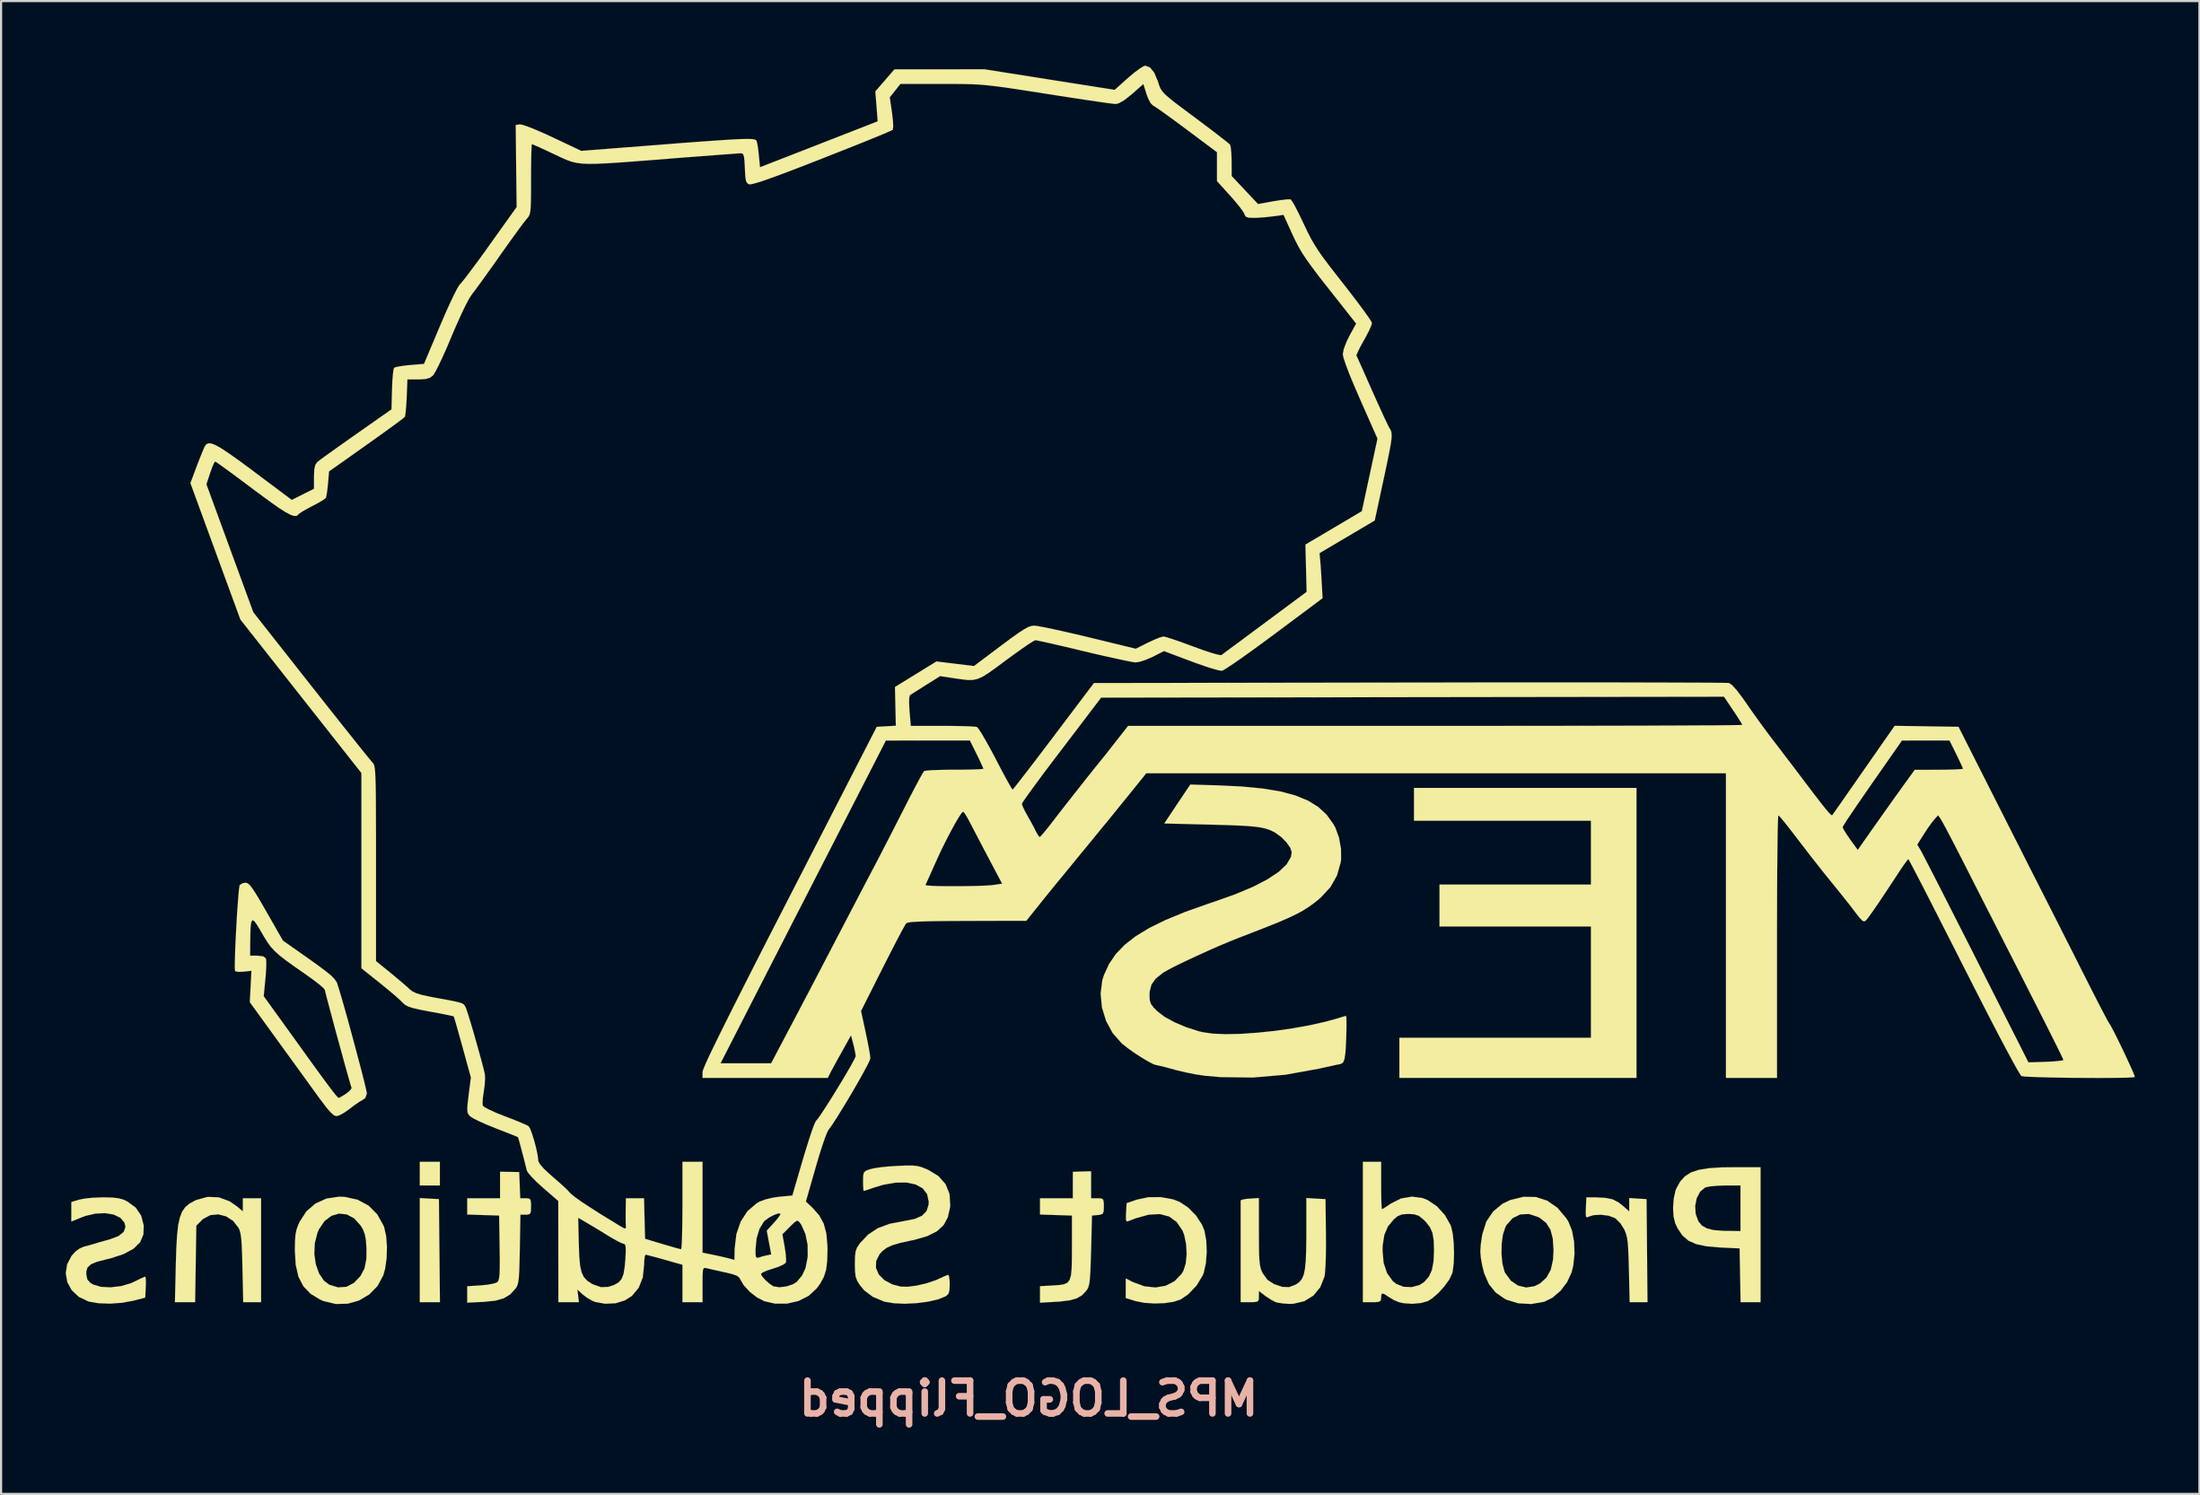
<source format=kicad_pcb>
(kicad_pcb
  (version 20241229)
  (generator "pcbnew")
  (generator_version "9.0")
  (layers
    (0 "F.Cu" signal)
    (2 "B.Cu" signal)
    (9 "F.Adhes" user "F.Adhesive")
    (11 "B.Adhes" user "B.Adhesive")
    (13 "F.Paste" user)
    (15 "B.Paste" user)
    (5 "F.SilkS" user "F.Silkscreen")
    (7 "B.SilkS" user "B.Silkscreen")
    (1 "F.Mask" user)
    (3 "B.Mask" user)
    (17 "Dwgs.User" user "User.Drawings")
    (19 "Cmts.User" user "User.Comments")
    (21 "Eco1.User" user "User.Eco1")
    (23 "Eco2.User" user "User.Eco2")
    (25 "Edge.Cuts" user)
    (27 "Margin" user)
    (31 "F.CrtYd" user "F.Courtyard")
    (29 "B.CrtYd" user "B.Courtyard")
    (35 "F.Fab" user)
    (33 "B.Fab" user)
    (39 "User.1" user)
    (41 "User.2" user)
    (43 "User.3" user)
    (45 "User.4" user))
  (footprint "MPS_LOGO_Flipped"
    (layer "F.Cu")
    (at 48.945 29.379)
    (property "Reference" "MPS_LOGO_Flipped" (at -4.25 32.5 0) (layer "B.SilkS") (effects (font (size 1.524 1.524) (thickness 0.305)) (justify mirror)))
    (attr through_hole)
    (fp_poly (pts (xy -31.58 22.606) (xy -32.512 22.606) (xy -32.512 21.506) (xy -31.58 21.506) (xy -31.58 22.606)) (stroke (width 0.003) (type solid)) (fill yes) (layer "F.SilkS"))
    (fp_poly (pts (xy -31.577 28.026) (xy -32.045 28.026) (xy -32.512 28.026) (xy -32.512 25.608) (xy -32.512 23.19) (xy -32.068 23.216) (xy -31.623 23.241) (xy -31.6 25.634) (xy -31.577 28.026)) (stroke (width 0.003) (type solid)) (fill yes) (layer "F.SilkS"))
    (fp_poly (pts (xy 23.96 17.612) (xy 12.954 17.612) (xy 12.954 15.748) (xy 21.844 15.748) (xy 21.844 10.584) (xy 14.816 10.584) (xy 14.816 8.636) (xy 21.844 8.636) (xy 21.844 5.674) (xy 13.632 5.674) (xy 13.632 4.15) (xy 23.96 4.15) (xy 23.96 17.612)) (stroke (width 0.003) (type solid)) (fill yes) (layer "F.SilkS"))
    (fp_poly (pts (xy 24.47 28.026) (xy 24.056 28.026) (xy 23.642 28.026) (xy 23.607 26.52) (xy 23.592 25.966) (xy 23.574 25.55) (xy 23.551 25.243) (xy 23.518 25.016) (xy 23.47 24.839) (xy 23.409 24.684) (xy 23.386 24.638) (xy 23.211 24.361) (xy 22.997 24.148) (xy 22.939 24.11) (xy 22.657 24.008) (xy 22.309 23.965) (xy 21.974 23.983) (xy 21.753 24.049) (xy 21.661 24.087) (xy 21.615 24.051) (xy 21.603 23.909) (xy 21.61 23.647) (xy 21.633 23.157) (xy 22.098 23.16) (xy 22.53 23.183) (xy 22.852 23.251) (xy 23.119 23.388) (xy 23.325 23.548) (xy 23.622 23.81) (xy 23.622 23.5) (xy 23.622 23.19) (xy 24.023 23.216) (xy 24.427 23.241) (xy 24.448 25.634) (xy 24.47 28.026)) (stroke (width 0.003) (type solid)) (fill yes) (layer "F.SilkS"))
    (fp_poly (pts (xy -39.878 28.026) (xy -40.292 28.026) (xy -40.706 28.026) (xy -40.742 26.439) (xy -40.757 25.85) (xy -40.775 25.405) (xy -40.797 25.08) (xy -40.831 24.846) (xy -40.874 24.681) (xy -40.922 24.575) (xy -41.173 24.252) (xy -41.501 24.039) (xy -41.867 23.947) (xy -42.233 23.983) (xy -42.56 24.155) (xy -42.626 24.214) (xy -42.883 24.473) (xy -42.911 26.248) (xy -42.939 28.026) (xy -43.409 28.026) (xy -43.876 28.026) (xy -43.835 26.269) (xy -43.812 25.522) (xy -43.777 24.922) (xy -43.726 24.453) (xy -43.647 24.092) (xy -43.541 23.818) (xy -43.396 23.612) (xy -43.208 23.452) (xy -42.969 23.32) (xy -42.883 23.279) (xy -42.362 23.137) (xy -41.841 23.157) (xy -41.341 23.34) (xy -41.001 23.574) (xy -40.724 23.807) (xy -40.724 23.503) (xy -40.724 23.2) (xy -40.302 23.2) (xy -39.878 23.2) (xy -39.878 25.613) (xy -39.878 28.026)) (stroke (width 0.003) (type solid)) (fill yes) (layer "F.SilkS"))
    (fp_poly (pts (xy -0.762 23.574) (xy -0.77 23.807) (xy -0.818 23.922) (xy -0.937 23.965) (xy -1.036 23.978) (xy -1.313 24.003) (xy -1.354 25.629) (xy -1.372 26.198) (xy -1.389 26.624) (xy -1.41 26.934) (xy -1.435 27.15) (xy -1.473 27.302) (xy -1.521 27.412) (xy -1.575 27.49) (xy -1.77 27.701) (xy -2.019 27.846) (xy -2.352 27.94) (xy -2.809 27.996) (xy -2.977 28.006) (xy -3.726 28.049) (xy -3.726 27.666) (xy -3.726 27.282) (xy -3.134 27.249) (xy -2.835 27.229) (xy -2.611 27.193) (xy -2.454 27.12) (xy -2.349 26.985) (xy -2.286 26.769) (xy -2.256 26.446) (xy -2.245 25.999) (xy -2.243 25.461) (xy -2.243 24.003) (xy -2.985 23.98) (xy -3.726 23.955) (xy -3.726 23.576) (xy -3.726 23.2) (xy -2.964 23.2) (xy -2.202 23.2) (xy -2.202 22.586) (xy -2.2 21.971) (xy -1.778 21.958) (xy -1.354 21.946) (xy -1.354 22.573) (xy -1.354 23.2) (xy -1.059 23.2) (xy -0.876 23.208) (xy -0.79 23.264) (xy -0.765 23.414) (xy -0.762 23.574)) (stroke (width 0.003) (type solid)) (fill yes) (layer "F.SilkS"))
    (fp_poly (pts (xy 29.718 28.026) (xy 29.253 28.026) (xy 28.791 28.026) (xy 28.786 27.747) (xy 28.786 24.724) (xy 28.786 23.665) (xy 28.786 22.606) (xy 28.07 22.606) (xy 27.711 22.619) (xy 27.396 22.647) (xy 27.178 22.69) (xy 27.142 22.703) (xy 26.911 22.896) (xy 26.754 23.195) (xy 26.683 23.556) (xy 26.706 23.929) (xy 26.83 24.267) (xy 26.835 24.275) (xy 26.995 24.468) (xy 27.219 24.597) (xy 27.536 24.676) (xy 27.981 24.712) (xy 28.174 24.714) (xy 28.786 24.724) (xy 28.786 27.747) (xy 28.768 26.777) (xy 28.745 25.527) (xy 27.813 25.484) (xy 27.201 25.43) (xy 26.728 25.329) (xy 26.365 25.166) (xy 26.086 24.922) (xy 25.862 24.587) (xy 25.756 24.359) (xy 25.679 24.046) (xy 25.657 23.642) (xy 25.687 23.221) (xy 25.768 22.85) (xy 25.814 22.733) (xy 25.989 22.421) (xy 26.208 22.179) (xy 26.487 22.001) (xy 26.853 21.88) (xy 27.328 21.803) (xy 27.932 21.765) (xy 28.451 21.76) (xy 29.718 21.76) (xy 29.718 24.892) (xy 29.718 28.026)) (stroke (width 0.003) (type solid)) (fill yes) (layer "F.SilkS"))
    (fp_poly (pts (xy 4.013 25.684) (xy 3.975 26.2) (xy 3.879 26.645) (xy 3.828 26.777) (xy 3.541 27.252) (xy 3.155 27.658) (xy 2.794 27.902) (xy 2.477 28.006) (xy 2.052 28.07) (xy 1.577 28.085) (xy 1.11 28.054) (xy 0.706 27.973) (xy 0.699 27.97) (xy 0.254 27.833) (xy 0.254 27.379) (xy 0.254 26.921) (xy 0.592 27.094) (xy 1.118 27.287) (xy 1.631 27.343) (xy 2.106 27.262) (xy 2.517 27.051) (xy 2.842 26.716) (xy 2.934 26.561) (xy 3.04 26.223) (xy 3.081 25.794) (xy 3.056 25.334) (xy 2.969 24.91) (xy 2.891 24.704) (xy 2.621 24.305) (xy 2.273 24.049) (xy 1.839 23.934) (xy 1.318 23.962) (xy 0.706 24.133) (xy 0.396 24.254) (xy 0.31 24.277) (xy 0.267 24.219) (xy 0.262 24.051) (xy 0.269 23.873) (xy 0.297 23.426) (xy 0.762 23.266) (xy 1.3 23.152) (xy 1.882 23.147) (xy 2.441 23.249) (xy 2.748 23.365) (xy 3.157 23.637) (xy 3.523 24.011) (xy 3.797 24.435) (xy 3.904 24.701) (xy 3.99 25.164) (xy 4.013 25.684)) (stroke (width 0.003) (type solid)) (fill yes) (layer "F.SilkS"))
    (fp_poly (pts (xy -27.348 23.581) (xy -27.356 23.815) (xy -27.399 23.924) (xy -27.506 23.96) (xy -27.595 23.962) (xy -27.841 23.962) (xy -27.869 25.563) (xy -27.882 26.129) (xy -27.894 26.551) (xy -27.912 26.855) (xy -27.937 27.069) (xy -27.973 27.216) (xy -28.021 27.325) (xy -28.077 27.404) (xy -28.318 27.666) (xy -28.613 27.843) (xy -28.994 27.953) (xy -29.5 28.006) (xy -29.566 28.011) (xy -30.31 28.047) (xy -30.31 27.666) (xy -30.31 27.285) (xy -29.68 27.244) (xy -29.352 27.211) (xy -29.083 27.16) (xy -28.923 27.102) (xy -28.915 27.094) (xy -28.867 27.033) (xy -28.834 26.921) (xy -28.811 26.739) (xy -28.801 26.457) (xy -28.799 26.058) (xy -28.806 25.512) (xy -28.806 25.494) (xy -28.829 24.003) (xy -29.571 23.98) (xy -30.31 23.955) (xy -30.31 23.576) (xy -30.31 23.2) (xy -29.548 23.2) (xy -28.786 23.2) (xy -28.786 22.583) (xy -28.786 21.968) (xy -28.341 21.976) (xy -27.897 21.984) (xy -27.874 22.591) (xy -27.849 23.2) (xy -27.597 23.2) (xy -27.445 23.211) (xy -27.371 23.274) (xy -27.348 23.439) (xy -27.348 23.581)) (stroke (width 0.003) (type solid)) (fill yes) (layer "F.SilkS"))
    (fp_poly (pts (xy -34.036 25.456) (xy -34.051 25.982) (xy -34.12 26.469) (xy -34.206 26.777) (xy -34.475 27.275) (xy -34.859 27.668) (xy -34.986 27.742) (xy -34.986 25.517) (xy -35.014 25.136) (xy -35.065 24.864) (xy -35.149 24.646) (xy -35.255 24.468) (xy -35.557 24.133) (xy -35.9 23.95) (xy -36.264 23.912) (xy -36.614 24.016) (xy -36.932 24.257) (xy -37.188 24.633) (xy -37.262 24.803) (xy -37.384 25.283) (xy -37.407 25.784) (xy -37.338 26.266) (xy -37.186 26.693) (xy -36.96 27.028) (xy -36.711 27.214) (xy -36.302 27.338) (xy -35.911 27.31) (xy -35.57 27.13) (xy -35.563 27.125) (xy -35.263 26.81) (xy -35.075 26.452) (xy -34.989 26.01) (xy -34.986 25.517) (xy -34.986 27.742) (xy -35.329 27.945) (xy -35.855 28.095) (xy -36.411 28.108) (xy -36.972 27.976) (xy -37.127 27.91) (xy -37.579 27.635) (xy -37.915 27.287) (xy -38.143 26.845) (xy -38.27 26.292) (xy -38.311 25.613) (xy -38.303 25.192) (xy -38.28 24.889) (xy -38.23 24.646) (xy -38.143 24.409) (xy -38.087 24.29) (xy -37.775 23.807) (xy -37.353 23.444) (xy -36.843 23.213) (xy -36.264 23.127) (xy -35.989 23.137) (xy -35.397 23.269) (xy -34.889 23.541) (xy -34.486 23.947) (xy -34.193 24.473) (xy -34.163 24.557) (xy -34.072 24.961) (xy -34.036 25.456)) (stroke (width 0.003) (type solid)) (fill yes) (layer "F.SilkS"))
    (fp_poly (pts (xy 21.082 25.778) (xy 21.024 26.33) (xy 20.947 26.642) (xy 20.739 27.092) (xy 20.432 27.498) (xy 20.109 27.772) (xy 20.109 25.613) (xy 20.074 25.067) (xy 19.964 24.653) (xy 19.766 24.343) (xy 19.469 24.11) (xy 19.39 24.069) (xy 18.964 23.929) (xy 18.562 23.95) (xy 18.209 24.125) (xy 17.927 24.442) (xy 17.871 24.547) (xy 17.76 24.884) (xy 17.701 25.319) (xy 17.694 25.791) (xy 17.737 26.238) (xy 17.831 26.599) (xy 17.864 26.667) (xy 18.125 27.026) (xy 18.461 27.254) (xy 18.839 27.343) (xy 19.23 27.282) (xy 19.482 27.155) (xy 19.782 26.883) (xy 19.98 26.523) (xy 20.086 26.053) (xy 20.109 25.613) (xy 20.109 27.772) (xy 20.061 27.816) (xy 19.675 28.006) (xy 19.073 28.11) (xy 18.476 28.077) (xy 17.932 27.912) (xy 17.854 27.874) (xy 17.427 27.579) (xy 17.112 27.193) (xy 16.891 26.688) (xy 16.802 26.335) (xy 16.736 25.974) (xy 16.711 25.669) (xy 16.731 25.352) (xy 16.789 24.956) (xy 16.81 24.851) (xy 16.99 24.282) (xy 17.308 23.812) (xy 17.742 23.454) (xy 18.095 23.284) (xy 18.71 23.132) (xy 19.286 23.142) (xy 19.815 23.312) (xy 20.287 23.64) (xy 20.696 24.122) (xy 20.798 24.285) (xy 20.965 24.699) (xy 21.062 25.215) (xy 21.082 25.778)) (stroke (width 0.003) (type solid)) (fill yes) (layer "F.SilkS"))
    (fp_poly (pts (xy 9.548 25.428) (xy 9.54 25.949) (xy 9.522 26.386) (xy 9.497 26.703) (xy 9.477 26.84) (xy 9.279 27.335) (xy 8.961 27.719) (xy 8.542 27.978) (xy 8.039 28.097) (xy 7.856 28.105) (xy 7.554 28.085) (xy 7.292 28.044) (xy 7.198 28.016) (xy 6.993 27.907) (xy 6.754 27.752) (xy 6.711 27.719) (xy 6.434 27.508) (xy 6.434 27.767) (xy 6.426 27.92) (xy 6.37 27.996) (xy 6.223 28.021) (xy 6.012 28.026) (xy 5.588 28.026) (xy 5.588 25.697) (xy 5.588 25.085) (xy 5.588 24.529) (xy 5.588 24.049) (xy 5.588 23.673) (xy 5.588 23.416) (xy 5.585 23.307) (xy 5.585 23.305) (xy 5.662 23.264) (xy 5.857 23.228) (xy 6.01 23.216) (xy 6.434 23.19) (xy 6.434 24.765) (xy 6.436 25.329) (xy 6.441 25.753) (xy 6.457 26.063) (xy 6.48 26.286) (xy 6.518 26.457) (xy 6.568 26.596) (xy 6.609 26.68) (xy 6.838 26.993) (xy 7.137 27.183) (xy 7.516 27.315) (xy 7.831 27.325) (xy 8.133 27.214) (xy 8.186 27.183) (xy 8.326 27.076) (xy 8.435 26.937) (xy 8.517 26.744) (xy 8.572 26.474) (xy 8.608 26.106) (xy 8.628 25.621) (xy 8.636 24.991) (xy 8.636 24.783) (xy 8.636 23.19) (xy 9.081 23.216) (xy 9.525 23.241) (xy 9.545 24.851) (xy 9.548 25.428)) (stroke (width 0.003) (type solid)) (fill yes) (layer "F.SilkS"))
    (fp_poly (pts (xy -45.222 27.114) (xy -45.23 27.328) (xy -45.255 27.813) (xy -45.804 27.955) (xy -46.327 28.052) (xy -46.883 28.092) (xy -47.417 28.075) (xy -47.859 27.998) (xy -47.899 27.986) (xy -48.341 27.775) (xy -48.666 27.468) (xy -48.87 27.097) (xy -48.943 26.688) (xy -48.88 26.269) (xy -48.674 25.875) (xy -48.494 25.674) (xy -48.29 25.527) (xy -48.1 25.446) (xy -47.887 25.392) (xy -47.643 25.321) (xy -47.407 25.25) (xy -47.092 25.161) (xy -46.886 25.103) (xy -46.49 24.953) (xy -46.251 24.76) (xy -46.17 24.529) (xy -46.218 24.333) (xy -46.408 24.107) (xy -46.718 23.957) (xy -47.114 23.891) (xy -47.564 23.912) (xy -48.034 24.021) (xy -48.197 24.082) (xy -48.684 24.28) (xy -48.684 23.828) (xy -48.684 23.376) (xy -48.324 23.266) (xy -48.069 23.216) (xy -47.714 23.177) (xy -47.318 23.16) (xy -47.201 23.157) (xy -46.792 23.167) (xy -46.5 23.2) (xy -46.271 23.261) (xy -46.088 23.348) (xy -45.695 23.635) (xy -45.443 24.008) (xy -45.324 24.465) (xy -45.339 24.884) (xy -45.494 25.243) (xy -45.796 25.542) (xy -46.251 25.789) (xy -46.86 25.989) (xy -47.074 26.04) (xy -47.498 26.149) (xy -47.775 26.266) (xy -47.93 26.408) (xy -47.991 26.596) (xy -47.988 26.751) (xy -47.94 26.975) (xy -47.808 27.122) (xy -47.668 27.206) (xy -47.31 27.313) (xy -46.866 27.335) (xy -46.383 27.28) (xy -45.921 27.145) (xy -45.745 27.064) (xy -45.499 26.944) (xy -45.319 26.863) (xy -45.253 26.84) (xy -45.23 26.916) (xy -45.222 27.114)) (stroke (width 0.003) (type solid)) (fill yes) (layer "F.SilkS"))
    (fp_poly (pts (xy 15.491 25.761) (xy 15.476 26.218) (xy 15.428 26.594) (xy 15.405 26.685) (xy 15.276 26.965) (xy 15.044 27.287) (xy 14.762 27.6) (xy 14.562 27.772) (xy 14.562 25.618) (xy 14.562 25.611) (xy 14.547 25.154) (xy 14.491 24.813) (xy 14.376 24.547) (xy 14.186 24.303) (xy 14.061 24.178) (xy 13.858 24.016) (xy 13.647 23.945) (xy 13.378 23.927) (xy 13.086 23.947) (xy 12.88 24.026) (xy 12.695 24.178) (xy 12.423 24.508) (xy 12.255 24.9) (xy 12.179 25.39) (xy 12.172 25.621) (xy 12.222 26.2) (xy 12.383 26.68) (xy 12.649 27.048) (xy 12.812 27.178) (xy 13.147 27.31) (xy 13.531 27.325) (xy 13.891 27.226) (xy 14.11 27.084) (xy 14.326 26.835) (xy 14.463 26.533) (xy 14.539 26.139) (xy 14.562 25.618) (xy 14.562 27.772) (xy 14.468 27.854) (xy 14.275 27.973) (xy 13.955 28.064) (xy 13.551 28.1) (xy 13.145 28.072) (xy 12.936 28.026) (xy 12.703 27.927) (xy 12.461 27.783) (xy 12.456 27.78) (xy 12.253 27.645) (xy 12.149 27.62) (xy 12.111 27.706) (xy 12.108 27.813) (xy 12.093 27.94) (xy 12.024 28.001) (xy 11.854 28.024) (xy 11.684 28.026) (xy 11.26 28.026) (xy 11.26 24.765) (xy 11.26 21.506) (xy 11.684 21.506) (xy 12.108 21.506) (xy 12.108 22.606) (xy 12.111 23.015) (xy 12.118 23.355) (xy 12.129 23.597) (xy 12.144 23.703) (xy 12.146 23.708) (xy 12.233 23.663) (xy 12.41 23.548) (xy 12.558 23.447) (xy 13.028 23.211) (xy 13.531 23.124) (xy 14.028 23.19) (xy 14.262 23.282) (xy 14.696 23.574) (xy 15.067 23.983) (xy 15.331 24.45) (xy 15.362 24.536) (xy 15.433 24.859) (xy 15.476 25.288) (xy 15.491 25.761)) (stroke (width 0.003) (type solid)) (fill yes) (layer "F.SilkS"))
    (fp_poly (pts (xy -7.892 23.536) (xy -7.902 23.635) (xy -8.006 24.089) (xy -8.204 24.453) (xy -8.517 24.737) (xy -8.959 24.958) (xy -9.545 25.128) (xy -9.705 25.161) (xy -10.208 25.27) (xy -10.577 25.38) (xy -10.841 25.499) (xy -11.039 25.649) (xy -11.168 25.791) (xy -11.331 26.111) (xy -11.341 26.431) (xy -11.212 26.733) (xy -10.955 26.998) (xy -10.587 27.196) (xy -10.19 27.302) (xy -9.863 27.31) (xy -9.444 27.254) (xy -8.992 27.148) (xy -8.567 27.005) (xy -8.364 26.914) (xy -8.153 26.815) (xy -8.006 26.759) (xy -7.983 26.754) (xy -7.945 26.833) (xy -7.922 27.028) (xy -7.917 27.198) (xy -7.93 27.478) (xy -7.978 27.64) (xy -8.085 27.739) (xy -8.103 27.75) (xy -8.453 27.892) (xy -8.923 28.001) (xy -9.454 28.07) (xy -10 28.097) (xy -10.508 28.075) (xy -10.93 28.003) (xy -10.973 27.991) (xy -11.488 27.775) (xy -11.88 27.48) (xy -12.088 27.229) (xy -12.21 27.033) (xy -12.281 26.84) (xy -12.311 26.596) (xy -12.319 26.248) (xy -12.311 25.9) (xy -12.283 25.667) (xy -12.217 25.489) (xy -12.101 25.311) (xy -12.085 25.291) (xy -11.707 24.889) (xy -11.26 24.592) (xy -10.711 24.387) (xy -10.033 24.257) (xy -9.543 24.16) (xy -9.2 24.011) (xy -8.992 23.797) (xy -8.898 23.505) (xy -8.89 23.36) (xy -8.964 23.01) (xy -9.169 22.741) (xy -9.495 22.56) (xy -9.919 22.469) (xy -10.432 22.474) (xy -11.013 22.578) (xy -11.394 22.692) (xy -11.654 22.781) (xy -11.841 22.842) (xy -11.91 22.86) (xy -11.925 22.784) (xy -11.935 22.588) (xy -11.938 22.408) (xy -11.933 22.146) (xy -11.895 21.999) (xy -11.798 21.918) (xy -11.62 21.852) (xy -11.405 21.803) (xy -11.069 21.755) (xy -10.668 21.717) (xy -10.363 21.699) (xy -9.942 21.681) (xy -9.644 21.681) (xy -9.418 21.704) (xy -9.223 21.755) (xy -9.007 21.841) (xy -8.913 21.882) (xy -8.438 22.172) (xy -8.108 22.545) (xy -7.925 23.002) (xy -7.892 23.536)) (stroke (width 0.003) (type solid)) (fill yes) (layer "F.SilkS"))
    (fp_poly (pts (xy -34.968 18.339) (xy -35.042 18.547) (xy -35.159 18.631) (xy -35.326 18.727) (xy -35.565 18.893) (xy -35.679 18.981) (xy -35.679 18.098) (xy -35.679 18.07) (xy -35.72 17.94) (xy -35.796 17.676) (xy -35.9 17.308) (xy -36.025 16.861) (xy -36.162 16.36) (xy -36.307 15.832) (xy -36.452 15.301) (xy -36.586 14.796) (xy -36.708 14.341) (xy -36.81 13.962) (xy -36.881 13.686) (xy -36.916 13.538) (xy -36.919 13.523) (xy -36.985 13.439) (xy -37.165 13.282) (xy -37.435 13.073) (xy -37.76 12.84) (xy -37.777 12.827) (xy -38.298 12.464) (xy -38.702 12.174) (xy -39.009 11.935) (xy -39.243 11.727) (xy -39.428 11.524) (xy -39.586 11.308) (xy -39.741 11.059) (xy -39.842 10.881) (xy -40.041 10.544) (xy -40.183 10.343) (xy -40.277 10.287) (xy -40.335 10.386) (xy -40.366 10.638) (xy -40.378 11.054) (xy -40.381 11.199) (xy -40.386 11.938) (xy -40.046 11.938) (xy -39.781 11.968) (xy -39.654 12.065) (xy -39.652 12.075) (xy -39.637 12.215) (xy -39.639 12.479) (xy -39.66 12.819) (xy -39.677 13.015) (xy -39.756 13.818) (xy -38.163 16.027) (xy -37.681 16.698) (xy -37.287 17.242) (xy -36.972 17.673) (xy -36.728 18.001) (xy -36.546 18.24) (xy -36.419 18.4) (xy -36.332 18.496) (xy -36.281 18.537) (xy -36.266 18.542) (xy -36.182 18.501) (xy -36.012 18.397) (xy -35.941 18.352) (xy -35.766 18.214) (xy -35.679 18.098) (xy -35.679 18.981) (xy -35.771 19.053) (xy -36.022 19.228) (xy -36.248 19.352) (xy -36.38 19.388) (xy -36.495 19.347) (xy -36.647 19.215) (xy -36.855 18.974) (xy -37.132 18.605) (xy -37.196 18.522) (xy -37.427 18.202) (xy -37.734 17.777) (xy -38.095 17.28) (xy -38.486 16.739) (xy -38.885 16.19) (xy -39.113 15.875) (xy -40.401 14.097) (xy -40.363 13.368) (xy -40.325 12.639) (xy -40.683 12.68) (xy -40.912 12.69) (xy -41.062 12.664) (xy -41.084 12.647) (xy -41.097 12.537) (xy -41.097 12.289) (xy -41.087 11.933) (xy -41.072 11.493) (xy -41.049 11.006) (xy -41.021 10.498) (xy -40.993 9.997) (xy -40.96 9.538) (xy -40.93 9.144) (xy -40.902 8.849) (xy -40.876 8.682) (xy -40.869 8.659) (xy -40.737 8.575) (xy -40.599 8.552) (xy -40.516 8.57) (xy -40.422 8.641) (xy -40.305 8.783) (xy -40.15 9.014) (xy -39.944 9.352) (xy -39.675 9.82) (xy -39.632 9.893) (xy -38.865 11.237) (xy -37.656 12.088) (xy -37.191 12.421) (xy -36.848 12.68) (xy -36.609 12.878) (xy -36.457 13.038) (xy -36.368 13.17) (xy -36.347 13.221) (xy -36.276 13.442) (xy -36.175 13.782) (xy -36.048 14.219) (xy -35.905 14.724) (xy -35.753 15.278) (xy -35.598 15.852) (xy -35.446 16.421) (xy -35.303 16.96) (xy -35.176 17.445) (xy -35.075 17.849) (xy -35.004 18.148) (xy -34.971 18.316) (xy -34.968 18.339)) (stroke (width 0.003) (type solid)) (fill yes) (layer "F.SilkS"))
    (fp_poly (pts (xy 10.498 15.306) (xy 10.49 15.644) (xy 10.477 15.984) (xy 10.462 16.289) (xy 10.444 16.49) (xy 10.399 16.761) (xy 10.335 16.906) (xy 10.231 16.965) (xy 10.211 16.97) (xy 10.053 17) (xy 9.776 17.061) (xy 9.428 17.137) (xy 9.225 17.183) (xy 7.666 17.465) (xy 6.152 17.595) (xy 4.661 17.577) (xy 3.937 17.513) (xy 3.518 17.452) (xy 3.033 17.356) (xy 2.578 17.247) (xy 2.515 17.229) (xy 2.174 17.135) (xy 1.892 17.064) (xy 1.712 17.023) (xy 1.674 17.018) (xy 1.529 16.972) (xy 1.29 16.845) (xy 0.988 16.667) (xy 0.665 16.457) (xy 0.356 16.238) (xy 0.099 16.035) (xy 0.066 16.007) (xy -0.353 15.532) (xy -0.66 14.966) (xy -0.851 14.341) (xy -0.912 13.698) (xy -0.833 13.076) (xy -0.754 12.83) (xy -0.523 12.327) (xy -0.208 11.864) (xy 0.201 11.438) (xy 0.711 11.039) (xy 1.341 10.655) (xy 2.101 10.282) (xy 3.002 9.911) (xy 4.056 9.535) (xy 4.361 9.434) (xy 5.339 9.086) (xy 6.167 8.738) (xy 6.843 8.387) (xy 7.363 8.039) (xy 7.722 7.696) (xy 7.92 7.358) (xy 7.958 7.137) (xy 7.892 6.932) (xy 7.719 6.683) (xy 7.478 6.436) (xy 7.203 6.236) (xy 7.12 6.187) (xy 6.942 6.106) (xy 6.751 6.04) (xy 6.528 5.989) (xy 6.246 5.949) (xy 5.885 5.918) (xy 5.423 5.893) (xy 4.836 5.872) (xy 4.105 5.852) (xy 4.089 5.852) (xy 2.042 5.801) (xy 2.644 4.897) (xy 3.249 3.993) (xy 4.524 4.031) (xy 5.644 4.084) (xy 6.609 4.178) (xy 7.435 4.315) (xy 8.131 4.501) (xy 8.712 4.74) (xy 9.19 5.034) (xy 9.576 5.392) (xy 9.883 5.817) (xy 9.985 5.999) (xy 10.15 6.452) (xy 10.244 6.97) (xy 10.249 7.47) (xy 10.231 7.605) (xy 10.056 8.219) (xy 9.754 8.755) (xy 9.307 9.238) (xy 9.19 9.34) (xy 8.956 9.525) (xy 8.722 9.69) (xy 8.473 9.848) (xy 8.184 10.005) (xy 7.836 10.17) (xy 7.407 10.358) (xy 6.881 10.571) (xy 6.233 10.825) (xy 5.504 11.107) (xy 5.085 11.275) (xy 4.597 11.478) (xy 4.077 11.709) (xy 3.548 11.948) (xy 3.048 12.182) (xy 2.606 12.395) (xy 2.25 12.578) (xy 2.017 12.71) (xy 1.989 12.728) (xy 1.648 13) (xy 1.448 13.279) (xy 1.364 13.607) (xy 1.356 13.752) (xy 1.367 13.998) (xy 1.42 14.173) (xy 1.547 14.346) (xy 1.727 14.526) (xy 2.062 14.78) (xy 2.522 15.032) (xy 3.058 15.258) (xy 3.625 15.441) (xy 3.823 15.489) (xy 4.288 15.557) (xy 4.887 15.583) (xy 5.585 15.568) (xy 6.355 15.514) (xy 7.165 15.431) (xy 7.983 15.314) (xy 8.781 15.171) (xy 9.525 15.004) (xy 10.033 14.864) (xy 10.274 14.79) (xy 10.437 14.742) (xy 10.477 14.735) (xy 10.493 14.811) (xy 10.498 15.014) (xy 10.498 15.306)) (stroke (width 0.003) (type solid)) (fill yes) (layer "F.SilkS"))
    (fp_poly (pts (xy 47.087 17.572) (xy 46.987 17.587) (xy 46.744 17.6) (xy 46.383 17.607) (xy 45.928 17.612) (xy 45.405 17.615) (xy 44.841 17.612) (xy 44.26 17.61) (xy 43.772 17.602) (xy 43.772 16.779) (xy 43.739 16.698) (xy 43.64 16.487) (xy 43.472 16.147) (xy 43.233 15.669) (xy 42.926 15.057) (xy 42.545 14.303) (xy 42.09 13.409) (xy 41.562 12.367) (xy 41.105 11.473) (xy 40.841 10.955) (xy 40.523 10.328) (xy 40.17 9.639) (xy 39.809 8.928) (xy 39.459 8.24) (xy 39.268 7.864) (xy 39.116 7.564) (xy 39.116 3.261) (xy 39.08 3.172) (xy 38.986 2.969) (xy 38.854 2.69) (xy 38.801 2.583) (xy 38.486 1.948) (xy 37.384 1.948) (xy 36.279 1.951) (xy 34.907 3.917) (xy 34.552 4.43) (xy 34.229 4.897) (xy 33.955 5.301) (xy 33.736 5.626) (xy 33.592 5.855) (xy 33.528 5.964) (xy 33.525 5.969) (xy 33.571 6.076) (xy 33.691 6.274) (xy 33.863 6.525) (xy 33.873 6.54) (xy 34.229 7.028) (xy 34.897 6.076) (xy 35.225 5.611) (xy 35.596 5.088) (xy 35.959 4.577) (xy 36.218 4.216) (xy 36.873 3.31) (xy 37.993 3.307) (xy 38.407 3.302) (xy 38.753 3.292) (xy 38.997 3.279) (xy 39.111 3.264) (xy 39.116 3.261) (xy 39.116 7.564) (xy 38.986 7.31) (xy 38.722 6.797) (xy 38.489 6.347) (xy 38.296 5.984) (xy 38.158 5.73) (xy 38.085 5.603) (xy 38.085 5.601) (xy 37.958 5.42) (xy 37.785 5.611) (xy 37.648 5.781) (xy 37.465 6.038) (xy 37.3 6.292) (xy 36.99 6.782) (xy 37.153 7.054) (xy 37.219 7.176) (xy 37.353 7.435) (xy 37.551 7.818) (xy 37.805 8.311) (xy 38.105 8.9) (xy 38.448 9.573) (xy 38.824 10.315) (xy 39.23 11.113) (xy 39.654 11.951) (xy 39.733 12.108) (xy 42.151 16.891) (xy 42.962 16.866) (xy 43.31 16.848) (xy 43.581 16.822) (xy 43.744 16.797) (xy 43.772 16.779) (xy 43.772 17.602) (xy 43.685 17.602) (xy 43.147 17.592) (xy 42.667 17.579) (xy 42.273 17.564) (xy 41.986 17.549) (xy 41.836 17.531) (xy 41.824 17.526) (xy 41.758 17.435) (xy 41.62 17.203) (xy 41.42 16.843) (xy 41.161 16.363) (xy 40.848 15.773) (xy 40.49 15.088) (xy 40.091 14.313) (xy 39.657 13.462) (xy 39.192 12.548) (xy 39.141 12.449) (xy 38.71 11.595) (xy 38.298 10.787) (xy 37.917 10.038) (xy 37.572 9.36) (xy 37.267 8.763) (xy 37.008 8.265) (xy 36.805 7.874) (xy 36.662 7.605) (xy 36.586 7.468) (xy 36.576 7.455) (xy 36.515 7.521) (xy 36.383 7.701) (xy 36.2 7.968) (xy 35.997 8.278) (xy 35.565 8.933) (xy 35.207 9.469) (xy 34.922 9.883) (xy 34.717 10.168) (xy 34.6 10.31) (xy 34.524 10.348) (xy 34.432 10.305) (xy 34.293 10.155) (xy 34.12 9.931) (xy 33.876 9.611) (xy 33.584 9.243) (xy 33.31 8.9) (xy 33.302 8.89) (xy 32.642 8.075) (xy 32.022 7.287) (xy 31.382 6.454) (xy 31.285 6.325) (xy 31.029 5.994) (xy 30.808 5.718) (xy 30.643 5.519) (xy 30.551 5.428) (xy 30.544 5.425) (xy 30.533 5.507) (xy 30.523 5.743) (xy 30.513 6.124) (xy 30.505 6.632) (xy 30.498 7.259) (xy 30.49 7.986) (xy 30.485 8.804) (xy 30.483 9.698) (xy 30.48 10.653) (xy 30.48 11.516) (xy 30.48 17.612) (xy 29.294 17.612) (xy 28.872 17.612) (xy 28.872 1.224) (xy 28.826 1.138) (xy 28.707 0.947) (xy 28.537 0.683) (xy 28.445 0.546) (xy 28.019 -0.084) (xy 13.566 -0.064) (xy -0.889 -0.041) (xy -2.725 2.372) (xy -3.15 2.931) (xy -3.541 3.449) (xy -3.884 3.914) (xy -4.171 4.305) (xy -4.387 4.608) (xy -4.524 4.808) (xy -4.567 4.887) (xy -4.529 5.011) (xy -4.427 5.225) (xy -4.331 5.4) (xy -4.161 5.7) (xy -4 5.997) (xy -3.94 6.124) (xy -3.835 6.317) (xy -3.754 6.424) (xy -3.736 6.431) (xy -3.668 6.365) (xy -3.518 6.193) (xy -3.312 5.936) (xy -3.091 5.652) (xy -2.84 5.326) (xy -2.537 4.938) (xy -2.207 4.516) (xy -1.869 4.089) (xy -1.549 3.683) (xy -1.265 3.325) (xy -1.039 3.043) (xy -0.894 2.865) (xy -0.886 2.855) (xy -0.782 2.728) (xy -0.602 2.502) (xy -0.376 2.212) (xy -0.198 1.986) (xy 0.363 1.27) (xy 14.618 1.27) (xy 16.157 1.27) (xy 17.65 1.27) (xy 19.088 1.267) (xy 20.462 1.267) (xy 21.765 1.265) (xy 22.987 1.262) (xy 24.117 1.26) (xy 25.149 1.255) (xy 26.073 1.252) (xy 26.881 1.247) (xy 27.564 1.245) (xy 28.113 1.24) (xy 28.519 1.234) (xy 28.776 1.229) (xy 28.87 1.224) (xy 28.872 1.224) (xy 28.872 17.612) (xy 28.11 17.612) (xy 28.11 10.541) (xy 28.11 3.472) (xy 14.658 3.472) (xy 1.206 3.472) (xy 0.371 4.506) (xy 0.01 4.95) (xy -0.378 5.431) (xy -0.757 5.893) (xy -1.079 6.287) (xy -1.128 6.347) (xy -1.397 6.675) (xy -1.638 6.97) (xy -1.826 7.196) (xy -1.93 7.325) (xy -2.037 7.455) (xy -2.225 7.686) (xy -2.466 7.978) (xy -2.692 8.255) (xy -3.015 8.646) (xy -3.363 9.075) (xy -3.686 9.477) (xy -3.84 9.67) (xy -4.361 10.32) (xy -5.484 10.32) (xy -5.484 8.595) (xy -6.088 7.452) (xy -6.327 7) (xy -6.35 6.955) (xy -6.35 3.261) (xy -6.386 3.172) (xy -6.48 2.969) (xy -6.612 2.69) (xy -6.665 2.583) (xy -6.98 1.948) (xy -8.931 1.948) (xy -10.879 1.951) (xy -13.165 6.413) (xy -13.642 7.343) (xy -14.145 8.324) (xy -14.661 9.332) (xy -15.177 10.335) (xy -15.674 11.308) (xy -16.142 12.22) (xy -16.563 13.045) (xy -16.927 13.754) (xy -17.003 13.904) (xy -18.552 16.934) (xy -17.379 16.934) (xy -16.205 16.934) (xy -15.86 16.279) (xy -15.679 15.938) (xy -15.453 15.507) (xy -15.204 15.037) (xy -14.976 14.605) (xy -14.722 14.117) (xy -14.437 13.579) (xy -14.166 13.058) (xy -13.973 12.69) (xy -13.266 11.333) (xy -12.583 10.023) (xy -11.941 8.793) (xy -11.481 7.917) (xy -11.199 7.379) (xy -10.874 6.749) (xy -10.531 6.081) (xy -10.201 5.433) (xy -9.977 4.996) (xy -9.736 4.521) (xy -9.515 4.1) (xy -9.329 3.752) (xy -9.192 3.505) (xy -9.111 3.378) (xy -9.101 3.368) (xy -8.992 3.345) (xy -8.743 3.327) (xy -8.387 3.315) (xy -7.955 3.305) (xy -7.684 3.305) (xy -7.231 3.302) (xy -6.843 3.294) (xy -6.551 3.284) (xy -6.38 3.269) (xy -6.35 3.261) (xy -6.35 6.955) (xy -6.561 6.553) (xy -6.769 6.154) (xy -6.929 5.847) (xy -6.965 5.779) (xy -7.104 5.517) (xy -7.221 5.329) (xy -7.292 5.25) (xy -7.369 5.321) (xy -7.501 5.519) (xy -7.676 5.819) (xy -7.879 6.19) (xy -8.095 6.607) (xy -8.311 7.043) (xy -8.509 7.47) (xy -8.519 7.493) (xy -8.73 7.965) (xy -8.895 8.334) (xy -9.007 8.58) (xy -9.042 8.659) (xy -8.974 8.679) (xy -8.768 8.694) (xy -8.456 8.707) (xy -8.065 8.712) (xy -7.628 8.712) (xy -7.176 8.71) (xy -6.741 8.702) (xy -6.353 8.689) (xy -6.04 8.672) (xy -5.855 8.651) (xy -5.484 8.595) (xy -5.484 10.32) (xy -7.097 10.325) (xy -7.902 10.328) (xy -8.552 10.335) (xy -9.06 10.345) (xy -9.439 10.361) (xy -9.7 10.378) (xy -9.863 10.404) (xy -9.936 10.434) (xy -9.936 10.437) (xy -10 10.538) (xy -10.13 10.77) (xy -10.31 11.11) (xy -10.533 11.539) (xy -10.787 12.035) (xy -11.034 12.522) (xy -12.032 14.506) (xy -11.816 15.509) (xy -11.73 15.918) (xy -11.661 16.281) (xy -11.615 16.558) (xy -11.6 16.708) (xy -11.643 16.828) (xy -11.76 17.064) (xy -11.935 17.389) (xy -12.154 17.78) (xy -12.4 18.207) (xy -12.659 18.646) (xy -12.916 19.068) (xy -13.152 19.449) (xy -13.353 19.759) (xy -13.505 19.975) (xy -13.543 20.025) (xy -13.612 20.157) (xy -13.716 20.424) (xy -13.843 20.798) (xy -13.985 21.247) (xy -14.133 21.747) (xy -14.14 21.773) (xy -14.592 23.353) (xy -14.282 23.645) (xy -13.975 23.993) (xy -13.764 24.376) (xy -13.642 24.834) (xy -13.592 25.405) (xy -13.589 25.613) (xy -13.604 26.129) (xy -13.655 26.525) (xy -13.757 26.85) (xy -13.922 27.153) (xy -14.087 27.381) (xy -14.458 27.727) (xy -14.506 27.75) (xy -14.506 25.878) (xy -14.511 25.357) (xy -14.615 24.856) (xy -14.801 24.435) (xy -14.864 24.346) (xy -14.94 24.257) (xy -15.016 24.247) (xy -15.133 24.328) (xy -15.326 24.514) (xy -15.337 24.526) (xy -15.682 24.872) (xy -15.575 25.466) (xy -15.53 25.778) (xy -15.509 26.035) (xy -15.517 26.182) (xy -15.517 26.185) (xy -15.618 26.269) (xy -15.768 26.337) (xy -15.768 23.912) (xy -15.878 23.906) (xy -16.071 23.975) (xy -16.289 24.089) (xy -16.477 24.224) (xy -16.54 24.282) (xy -16.744 24.615) (xy -16.878 25.057) (xy -16.929 25.555) (xy -16.929 25.557) (xy -16.927 25.819) (xy -16.899 25.944) (xy -16.835 25.969) (xy -16.784 25.954) (xy -16.586 25.893) (xy -16.419 25.852) (xy -16.2 25.809) (xy -16.304 25.255) (xy -16.408 24.701) (xy -16.066 24.331) (xy -15.893 24.125) (xy -15.786 23.973) (xy -15.768 23.912) (xy -15.768 26.337) (xy -15.834 26.37) (xy -16.121 26.467) (xy -16.401 26.558) (xy -16.601 26.647) (xy -16.68 26.716) (xy -16.68 26.718) (xy -16.619 26.833) (xy -16.472 26.998) (xy -16.286 27.163) (xy -16.116 27.28) (xy -16.086 27.292) (xy -15.817 27.333) (xy -15.486 27.292) (xy -15.179 27.188) (xy -15.016 27.081) (xy -14.768 26.789) (xy -14.608 26.441) (xy -14.519 25.987) (xy -14.506 25.878) (xy -14.506 27.75) (xy -14.93 27.968) (xy -15.466 28.092) (xy -16.027 28.092) (xy -16.52 27.978) (xy -16.863 27.803) (xy -17.201 27.539) (xy -17.475 27.239) (xy -17.612 27.008) (xy -17.681 26.886) (xy -17.793 26.797) (xy -17.991 26.726) (xy -18.308 26.647) (xy -18.362 26.637) (xy -18.699 26.561) (xy -18.992 26.495) (xy -19.185 26.449) (xy -19.202 26.446) (xy -19.289 26.431) (xy -19.342 26.457) (xy -19.373 26.558) (xy -19.385 26.759) (xy -19.388 27.094) (xy -19.388 27.211) (xy -19.388 28.026) (xy -19.855 28.026) (xy -20.32 28.026) (xy -20.32 27.158) (xy -20.32 26.289) (xy -21.145 26.053) (xy -21.499 25.954) (xy -21.791 25.878) (xy -21.981 25.829) (xy -22.035 25.822) (xy -22.07 25.898) (xy -22.093 26.096) (xy -22.098 26.276) (xy -22.162 26.873) (xy -22.352 27.358) (xy -22.664 27.732) (xy -22.951 27.915) (xy -22.951 25.672) (xy -22.957 25.453) (xy -22.987 25.344) (xy -23.043 25.316) (xy -23.167 25.273) (xy -23.388 25.161) (xy -23.67 24.999) (xy -23.752 24.95) (xy -24.097 24.737) (xy -24.45 24.524) (xy -24.735 24.354) (xy -24.75 24.346) (xy -25.159 24.107) (xy -25.131 25.326) (xy -25.11 25.893) (xy -25.072 26.319) (xy -25.004 26.634) (xy -24.897 26.86) (xy -24.742 27.028) (xy -24.529 27.168) (xy -24.45 27.206) (xy -24.1 27.328) (xy -23.764 27.315) (xy -23.5 27.229) (xy -23.292 27.114) (xy -23.15 26.957) (xy -23.056 26.723) (xy -23 26.378) (xy -22.969 26.027) (xy -22.951 25.672) (xy -22.951 27.915) (xy -22.987 27.94) (xy -23.424 28.075) (xy -23.912 28.097) (xy -24.371 28.014) (xy -24.468 27.976) (xy -24.737 27.828) (xy -24.973 27.648) (xy -24.981 27.64) (xy -25.197 27.435) (xy -25.161 27.729) (xy -25.128 28.026) (xy -25.603 28.026) (xy -26.078 28.026) (xy -26.081 25.677) (xy -26.083 23.327) (xy -26.789 22.715) (xy -27.084 22.449) (xy -27.325 22.202) (xy -27.49 22.009) (xy -27.544 21.913) (xy -27.668 21.412) (xy -27.78 20.985) (xy -27.869 20.65) (xy -27.93 20.434) (xy -27.958 20.361) (xy -28.042 20.323) (xy -28.252 20.239) (xy -28.562 20.117) (xy -28.938 19.972) (xy -28.994 19.949) (xy -29.395 19.787) (xy -29.748 19.629) (xy -30.02 19.494) (xy -30.173 19.395) (xy -30.178 19.393) (xy -30.254 19.304) (xy -30.297 19.205) (xy -30.307 19.055) (xy -30.292 18.816) (xy -30.249 18.453) (xy -30.244 18.407) (xy -30.14 17.592) (xy -30.526 16.185) (xy -30.655 15.725) (xy -30.767 15.324) (xy -30.856 15.011) (xy -30.917 14.813) (xy -30.937 14.755) (xy -31.024 14.732) (xy -31.247 14.686) (xy -31.572 14.62) (xy -31.968 14.547) (xy -32.04 14.534) (xy -32.502 14.445) (xy -32.827 14.369) (xy -33.048 14.298) (xy -33.193 14.221) (xy -33.297 14.13) (xy -33.304 14.122) (xy -33.439 13.988) (xy -33.675 13.777) (xy -33.98 13.52) (xy -34.323 13.241) (xy -34.353 13.216) (xy -35.222 12.522) (xy -35.222 7.991) (xy -35.222 3.457) (xy -38.031 -0.104) (xy -40.838 -3.668) (xy -41.999 -6.835) (xy -43.157 -10) (xy -42.868 -10.775) (xy -42.733 -11.125) (xy -42.611 -11.427) (xy -42.522 -11.638) (xy -42.494 -11.699) (xy -42.421 -11.801) (xy -42.321 -11.849) (xy -42.182 -11.839) (xy -41.986 -11.763) (xy -41.722 -11.613) (xy -41.372 -11.382) (xy -40.922 -11.062) (xy -40.358 -10.648) (xy -40.211 -10.536) (xy -38.453 -9.22) (xy -37.937 -9.479) (xy -37.422 -9.738) (xy -37.422 -10.287) (xy -37.409 -10.63) (xy -37.361 -10.843) (xy -37.275 -10.973) (xy -37.165 -11.059) (xy -36.939 -11.227) (xy -36.614 -11.458) (xy -36.218 -11.742) (xy -35.766 -12.062) (xy -35.476 -12.266) (xy -33.825 -13.424) (xy -33.8 -14.351) (xy -33.785 -14.735) (xy -33.759 -15.055) (xy -33.729 -15.276) (xy -33.703 -15.354) (xy -33.586 -15.395) (xy -33.35 -15.438) (xy -33.038 -15.476) (xy -32.972 -15.481) (xy -32.316 -15.535) (xy -31.567 -17.313) (xy -31.344 -17.833) (xy -31.133 -18.303) (xy -30.945 -18.699) (xy -30.792 -19.002) (xy -30.686 -19.182) (xy -30.655 -19.218) (xy -30.564 -19.322) (xy -30.389 -19.54) (xy -30.147 -19.86) (xy -29.853 -20.254) (xy -29.522 -20.706) (xy -29.256 -21.082) (xy -28.016 -22.817) (xy -28.039 -24.722) (xy -28.059 -26.627) (xy -27.869 -26.655) (xy -27.729 -26.629) (xy -27.462 -26.538) (xy -27.097 -26.391) (xy -26.66 -26.2) (xy -26.345 -26.053) (xy -25.014 -25.425) (xy -21.417 -25.705) (xy -20.432 -25.784) (xy -19.599 -25.845) (xy -18.908 -25.895) (xy -18.346 -25.933) (xy -17.902 -25.959) (xy -17.556 -25.974) (xy -17.3 -25.979) (xy -17.12 -25.974) (xy -16.998 -25.959) (xy -16.927 -25.936) (xy -16.888 -25.903) (xy -16.886 -25.9) (xy -16.85 -25.773) (xy -16.81 -25.532) (xy -16.777 -25.237) (xy -16.721 -24.666) (xy -13.99 -25.73) (xy -11.26 -26.797) (xy -11.313 -27.49) (xy -11.369 -28.186) (xy -10.925 -28.697) (xy -10.483 -29.21) (xy -8.395 -29.21) (xy -6.307 -29.213) (xy -3.284 -28.735) (xy -0.259 -28.258) (xy 0.366 -28.819) (xy 0.65 -29.058) (xy 0.904 -29.246) (xy 1.092 -29.36) (xy 1.161 -29.378) (xy 1.382 -29.296) (xy 1.577 -29.053) (xy 1.75 -28.641) (xy 1.765 -28.59) (xy 1.814 -28.44) (xy 1.869 -28.313) (xy 1.948 -28.191) (xy 2.068 -28.059) (xy 2.248 -27.899) (xy 2.504 -27.691) (xy 2.857 -27.424) (xy 3.325 -27.076) (xy 3.472 -26.965) (xy 3.922 -26.629) (xy 4.328 -26.322) (xy 4.666 -26.06) (xy 4.923 -25.86) (xy 5.07 -25.738) (xy 5.1 -25.707) (xy 5.128 -25.58) (xy 5.154 -25.334) (xy 5.166 -25.014) (xy 5.166 -24.933) (xy 5.171 -24.257) (xy 5.781 -23.607) (xy 6.393 -22.957) (xy 7.099 -23.084) (xy 7.435 -23.137) (xy 7.711 -23.17) (xy 7.882 -23.175) (xy 7.907 -23.17) (xy 7.976 -23.084) (xy 8.1 -22.873) (xy 8.26 -22.563) (xy 8.443 -22.184) (xy 8.509 -22.045) (xy 8.679 -21.687) (xy 8.837 -21.377) (xy 9.004 -21.085) (xy 9.195 -20.785) (xy 9.431 -20.452) (xy 9.728 -20.056) (xy 10.104 -19.571) (xy 10.348 -19.261) (xy 10.711 -18.793) (xy 11.036 -18.367) (xy 11.311 -17.996) (xy 11.519 -17.704) (xy 11.648 -17.506) (xy 11.681 -17.429) (xy 11.643 -17.297) (xy 11.537 -17.061) (xy 11.382 -16.764) (xy 11.308 -16.632) (xy 11.143 -16.335) (xy 11.024 -16.093) (xy 10.963 -15.949) (xy 10.96 -15.923) (xy 11.001 -15.834) (xy 11.102 -15.613) (xy 11.247 -15.288) (xy 11.43 -14.879) (xy 11.636 -14.409) (xy 11.681 -14.308) (xy 11.9 -13.82) (xy 12.103 -13.373) (xy 12.276 -12.997) (xy 12.408 -12.72) (xy 12.487 -12.565) (xy 12.494 -12.555) (xy 12.548 -12.464) (xy 12.583 -12.365) (xy 12.596 -12.235) (xy 12.588 -12.06) (xy 12.555 -11.811) (xy 12.492 -11.471) (xy 12.4 -11.016) (xy 12.276 -10.427) (xy 12.21 -10.122) (xy 11.938 -8.857) (xy 11.938 -12.065) (xy 11.133 -13.884) (xy 10.856 -14.526) (xy 10.63 -15.07) (xy 10.465 -15.507) (xy 10.361 -15.819) (xy 10.328 -15.989) (xy 10.373 -16.226) (xy 10.495 -16.548) (xy 10.638 -16.84) (xy 10.947 -17.407) (xy 9.682 -19.012) (xy 9.253 -19.555) (xy 8.918 -20) (xy 8.654 -20.366) (xy 8.443 -20.683) (xy 8.27 -20.98) (xy 8.115 -21.283) (xy 7.996 -21.534) (xy 7.577 -22.454) (xy 7.112 -22.388) (xy 6.749 -22.347) (xy 6.368 -22.319) (xy 6.223 -22.316) (xy 5.966 -22.322) (xy 5.832 -22.362) (xy 5.776 -22.454) (xy 5.771 -22.476) (xy 5.702 -22.606) (xy 5.542 -22.824) (xy 5.316 -23.101) (xy 5.113 -23.332) (xy 4.488 -24.021) (xy 4.488 -24.691) (xy 4.488 -25.362) (xy 3.076 -26.419) (xy 2.644 -26.739) (xy 2.253 -27.026) (xy 1.92 -27.264) (xy 1.674 -27.435) (xy 1.532 -27.526) (xy 1.516 -27.534) (xy 1.405 -27.645) (xy 1.285 -27.879) (xy 1.219 -28.059) (xy 1.072 -28.527) (xy 0.544 -28.064) (xy 0.193 -27.783) (xy -0.071 -27.633) (xy -0.213 -27.6) (xy -0.348 -27.615) (xy -0.63 -27.65) (xy -1.036 -27.709) (xy -1.549 -27.783) (xy -2.144 -27.874) (xy -2.802 -27.976) (xy -3.386 -28.067) (xy -4.168 -28.189) (xy -4.808 -28.288) (xy -5.337 -28.367) (xy -5.779 -28.425) (xy -6.16 -28.468) (xy -6.51 -28.499) (xy -6.853 -28.517) (xy -7.219 -28.527) (xy -7.635 -28.532) (xy -8.125 -28.532) (xy -8.268 -28.532) (xy -10.203 -28.532) (xy -10.45 -28.222) (xy -10.698 -27.912) (xy -10.594 -27.193) (xy -10.551 -26.822) (xy -10.538 -26.551) (xy -10.561 -26.406) (xy -10.566 -26.398) (xy -10.66 -26.352) (xy -10.894 -26.251) (xy -11.252 -26.101) (xy -11.714 -25.913) (xy -12.268 -25.69) (xy -12.896 -25.441) (xy -13.576 -25.174) (xy -13.848 -25.065) (xy -14.727 -24.722) (xy -15.458 -24.442) (xy -16.053 -24.221) (xy -16.515 -24.056) (xy -16.858 -23.945) (xy -17.087 -23.884) (xy -17.211 -23.868) (xy -17.226 -23.873) (xy -17.313 -23.924) (xy -17.369 -24.026) (xy -17.402 -24.211) (xy -17.419 -24.521) (xy -17.424 -24.625) (xy -17.442 -24.971) (xy -17.468 -25.179) (xy -17.513 -25.283) (xy -17.582 -25.314) (xy -17.595 -25.314) (xy -17.709 -25.309) (xy -17.973 -25.288) (xy -18.367 -25.26) (xy -18.87 -25.222) (xy -19.467 -25.176) (xy -20.135 -25.126) (xy -20.853 -25.07) (xy -20.955 -25.06) (xy -21.897 -24.986) (xy -22.687 -24.925) (xy -23.345 -24.877) (xy -23.884 -24.844) (xy -24.323 -24.826) (xy -24.679 -24.821) (xy -24.971 -24.834) (xy -25.215 -24.864) (xy -25.428 -24.912) (xy -25.626 -24.978) (xy -25.829 -25.062) (xy -26.053 -25.166) (xy -26.279 -25.273) (xy -26.652 -25.448) (xy -26.967 -25.593) (xy -27.193 -25.692) (xy -27.302 -25.738) (xy -27.308 -25.738) (xy -27.32 -25.659) (xy -27.33 -25.433) (xy -27.341 -25.093) (xy -27.346 -24.658) (xy -27.348 -24.16) (xy -27.348 -24.112) (xy -27.348 -23.551) (xy -27.353 -23.129) (xy -27.363 -22.83) (xy -27.381 -22.621) (xy -27.412 -22.482) (xy -27.455 -22.385) (xy -27.516 -22.304) (xy -27.546 -22.271) (xy -27.653 -22.139) (xy -27.841 -21.89) (xy -28.087 -21.552) (xy -28.379 -21.148) (xy -28.697 -20.701) (xy -28.786 -20.574) (xy -29.113 -20.109) (xy -29.426 -19.672) (xy -29.705 -19.286) (xy -29.929 -18.979) (xy -30.081 -18.778) (xy -30.102 -18.75) (xy -30.226 -18.56) (xy -30.396 -18.237) (xy -30.599 -17.813) (xy -30.823 -17.313) (xy -31.041 -16.805) (xy -31.252 -16.304) (xy -31.455 -15.85) (xy -31.636 -15.466) (xy -31.783 -15.182) (xy -31.882 -15.019) (xy -31.892 -15.006) (xy -32.04 -14.892) (xy -32.233 -14.834) (xy -32.522 -14.816) (xy -32.583 -14.816) (xy -33.086 -14.816) (xy -33.119 -13.99) (xy -33.139 -13.627) (xy -33.165 -13.327) (xy -33.19 -13.129) (xy -33.208 -13.078) (xy -33.289 -13.007) (xy -33.49 -12.852) (xy -33.79 -12.631) (xy -34.171 -12.355) (xy -34.615 -12.037) (xy -34.994 -11.768) (xy -36.723 -10.544) (xy -36.772 -9.972) (xy -36.805 -9.667) (xy -36.84 -9.431) (xy -36.873 -9.312) (xy -36.972 -9.233) (xy -37.181 -9.106) (xy -37.457 -8.959) (xy -37.508 -8.933) (xy -37.793 -8.781) (xy -38.016 -8.649) (xy -38.136 -8.562) (xy -38.141 -8.552) (xy -38.214 -8.484) (xy -38.329 -8.473) (xy -38.496 -8.524) (xy -38.73 -8.646) (xy -39.05 -8.849) (xy -39.464 -9.141) (xy -39.99 -9.528) (xy -40.267 -9.733) (xy -40.731 -10.081) (xy -41.151 -10.394) (xy -41.509 -10.655) (xy -41.783 -10.853) (xy -41.956 -10.973) (xy -42.009 -11.003) (xy -42.062 -10.932) (xy -42.146 -10.739) (xy -42.24 -10.477) (xy -42.415 -9.947) (xy -41.328 -6.977) (xy -40.239 -4.006) (xy -37.559 -0.602) (xy -37.033 0.064) (xy -36.535 0.693) (xy -36.076 1.273) (xy -35.664 1.788) (xy -35.314 2.228) (xy -35.032 2.578) (xy -34.831 2.824) (xy -34.722 2.954) (xy -34.712 2.967) (xy -34.674 3.007) (xy -34.643 3.063) (xy -34.618 3.145) (xy -34.597 3.269) (xy -34.582 3.447) (xy -34.569 3.693) (xy -34.559 4.021) (xy -34.552 4.448) (xy -34.549 4.983) (xy -34.547 5.644) (xy -34.544 6.441) (xy -34.544 7.391) (xy -34.544 7.661) (xy -34.544 12.189) (xy -33.889 12.72) (xy -33.579 12.977) (xy -33.289 13.221) (xy -33.068 13.414) (xy -32.997 13.482) (xy -32.86 13.592) (xy -32.682 13.678) (xy -32.431 13.757) (xy -32.07 13.835) (xy -31.811 13.886) (xy -31.316 13.975) (xy -30.963 14.044) (xy -30.724 14.097) (xy -30.571 14.143) (xy -30.483 14.191) (xy -30.432 14.249) (xy -30.389 14.323) (xy -30.338 14.458) (xy -30.251 14.722) (xy -30.14 15.085) (xy -30.015 15.509) (xy -29.886 15.964) (xy -29.759 16.416) (xy -29.644 16.833) (xy -29.555 17.178) (xy -29.497 17.419) (xy -29.489 17.46) (xy -29.482 17.666) (xy -29.502 17.963) (xy -29.54 18.235) (xy -29.583 18.534) (xy -29.599 18.778) (xy -29.588 18.903) (xy -29.494 18.979) (xy -29.271 19.096) (xy -28.956 19.238) (xy -28.58 19.388) (xy -28.567 19.393) (xy -28.179 19.54) (xy -27.843 19.677) (xy -27.592 19.787) (xy -27.465 19.853) (xy -27.391 19.969) (xy -27.3 20.211) (xy -27.203 20.521) (xy -27.114 20.861) (xy -27.046 21.179) (xy -27.013 21.43) (xy -27.013 21.466) (xy -26.942 21.61) (xy -26.749 21.834) (xy -26.441 22.118) (xy -26.365 22.184) (xy -26.078 22.433) (xy -25.837 22.649) (xy -25.672 22.807) (xy -25.624 22.86) (xy -25.504 22.984) (xy -25.306 23.147) (xy -25.016 23.355) (xy -24.618 23.617) (xy -24.105 23.945) (xy -23.457 24.341) (xy -23.256 24.465) (xy -23.058 24.58) (xy -22.964 24.608) (xy -22.944 24.552) (xy -22.946 24.501) (xy -22.954 24.338) (xy -22.957 24.064) (xy -22.954 23.772) (xy -22.944 23.2) (xy -22.525 23.2) (xy -22.103 23.2) (xy -22.08 24.14) (xy -22.055 25.082) (xy -21.252 25.324) (xy -20.904 25.425) (xy -20.62 25.507) (xy -20.432 25.557) (xy -20.384 25.568) (xy -20.366 25.486) (xy -20.35 25.26) (xy -20.338 24.912) (xy -20.328 24.463) (xy -20.323 23.934) (xy -20.32 23.538) (xy -20.32 21.506) (xy -19.855 21.506) (xy -19.388 21.506) (xy -19.388 23.617) (xy -19.388 25.728) (xy -18.903 25.824) (xy -18.603 25.888) (xy -18.308 25.956) (xy -18.07 26.017) (xy -17.927 26.058) (xy -17.907 26.071) (xy -17.907 25.997) (xy -17.902 25.799) (xy -17.897 25.537) (xy -17.818 24.867) (xy -17.617 24.282) (xy -17.305 23.802) (xy -16.888 23.442) (xy -16.739 23.355) (xy -16.457 23.251) (xy -16.086 23.165) (xy -15.806 23.127) (xy -15.22 23.073) (xy -14.727 21.382) (xy -14.572 20.869) (xy -14.427 20.411) (xy -14.3 20.033) (xy -14.196 19.759) (xy -14.13 19.616) (xy -14.117 19.604) (xy -14.028 19.5) (xy -13.876 19.279) (xy -13.673 18.969) (xy -13.437 18.6) (xy -13.188 18.197) (xy -12.936 17.785) (xy -12.705 17.396) (xy -12.509 17.056) (xy -12.365 16.792) (xy -12.286 16.629) (xy -12.278 16.599) (xy -12.301 16.444) (xy -12.352 16.198) (xy -12.388 16.053) (xy -12.497 15.636) (xy -12.918 16.391) (xy -13.111 16.736) (xy -13.284 17.054) (xy -13.414 17.292) (xy -13.457 17.379) (xy -13.576 17.612) (xy -16.482 17.612) (xy -19.388 17.612) (xy -19.388 17.335) (xy -19.36 17.234) (xy -19.276 17.026) (xy -19.134 16.708) (xy -18.928 16.276) (xy -18.661 15.728) (xy -18.329 15.057) (xy -17.93 14.26) (xy -17.46 13.33) (xy -16.921 12.266) (xy -16.307 11.062) (xy -15.616 9.716) (xy -15.344 9.187) (xy -11.303 1.313) (xy -10.861 1.288) (xy -10.417 1.262) (xy -10.437 0.363) (xy -10.457 -0.536) (xy -9.495 -1.128) (xy -8.532 -1.722) (xy -7.661 -1.615) (xy -6.789 -1.509) (xy -5.54 -2.449) (xy -5.083 -2.789) (xy -4.735 -3.038) (xy -4.473 -3.208) (xy -4.28 -3.315) (xy -4.13 -3.368) (xy -3.998 -3.383) (xy -3.988 -3.383) (xy -3.825 -3.363) (xy -3.523 -3.307) (xy -3.109 -3.221) (xy -2.603 -3.109) (xy -2.037 -2.979) (xy -1.481 -2.847) (xy 0.719 -2.311) (xy 1.288 -2.596) (xy 1.585 -2.733) (xy 1.839 -2.835) (xy 1.999 -2.878) (xy 2.009 -2.878) (xy 2.136 -2.85) (xy 2.393 -2.769) (xy 2.743 -2.649) (xy 3.155 -2.499) (xy 3.381 -2.416) (xy 3.807 -2.261) (xy 4.183 -2.134) (xy 4.473 -2.05) (xy 4.653 -2.014) (xy 4.694 -2.017) (xy 4.783 -2.083) (xy 4.989 -2.238) (xy 5.296 -2.464) (xy 5.685 -2.751) (xy 6.134 -3.086) (xy 6.632 -3.454) (xy 6.716 -3.518) (xy 8.649 -4.953) (xy 8.621 -6.05) (xy 8.593 -7.148) (xy 9.903 -7.922) (xy 11.212 -8.697) (xy 11.575 -10.381) (xy 11.938 -12.065) (xy 11.938 -8.857) (xy 11.811 -8.265) (xy 10.528 -7.506) (xy 9.248 -6.749) (xy 9.276 -6.444) (xy 9.296 -6.215) (xy 9.319 -5.88) (xy 9.342 -5.502) (xy 9.347 -5.397) (xy 9.39 -4.658) (xy 7.148 -2.985) (xy 6.601 -2.581) (xy 6.093 -2.212) (xy 5.639 -1.887) (xy 5.255 -1.621) (xy 4.961 -1.425) (xy 4.773 -1.311) (xy 4.717 -1.288) (xy 4.575 -1.308) (xy 4.308 -1.379) (xy 3.947 -1.494) (xy 3.526 -1.641) (xy 3.279 -1.732) (xy 2.027 -2.202) (xy 1.501 -1.935) (xy 1.181 -1.796) (xy 0.889 -1.702) (xy 0.704 -1.676) (xy 0.549 -1.699) (xy 0.257 -1.758) (xy -0.15 -1.844) (xy -0.645 -1.953) (xy -1.204 -2.08) (xy -1.697 -2.197) (xy -2.276 -2.337) (xy -2.804 -2.461) (xy -3.259 -2.565) (xy -3.617 -2.644) (xy -3.851 -2.695) (xy -3.94 -2.708) (xy -4.041 -2.659) (xy -4.255 -2.525) (xy -4.554 -2.319) (xy -4.917 -2.06) (xy -5.304 -1.778) (xy -5.761 -1.438) (xy -6.109 -1.189) (xy -6.386 -1.016) (xy -6.617 -0.912) (xy -6.838 -0.864) (xy -7.076 -0.859) (xy -7.366 -0.892) (xy -7.714 -0.942) (xy -8.359 -1.041) (xy -9.02 -0.627) (xy -9.319 -0.437) (xy -9.568 -0.282) (xy -9.728 -0.18) (xy -9.761 -0.157) (xy -9.794 -0.048) (xy -9.802 0.198) (xy -9.784 0.551) (xy -9.782 0.582) (xy -9.721 1.27) (xy -8.252 1.27) (xy -7.765 1.273) (xy -7.33 1.28) (xy -6.977 1.293) (xy -6.741 1.308) (xy -6.655 1.321) (xy -6.576 1.41) (xy -6.436 1.623) (xy -6.251 1.943) (xy -6.03 2.337) (xy -5.791 2.786) (xy -5.784 2.802) (xy -5.55 3.249) (xy -5.344 3.637) (xy -5.174 3.945) (xy -5.055 4.15) (xy -4.999 4.229) (xy -4.938 4.163) (xy -4.788 3.975) (xy -4.562 3.683) (xy -4.267 3.302) (xy -3.917 2.845) (xy -3.523 2.327) (xy -3.096 1.763) (xy -3.089 1.753) (xy -1.222 -0.719) (xy 13.421 -0.742) (xy 14.986 -0.744) (xy 16.507 -0.747) (xy 17.973 -0.747) (xy 19.378 -0.747) (xy 20.714 -0.747) (xy 21.968 -0.747) (xy 23.134 -0.747) (xy 24.206 -0.744) (xy 25.169 -0.742) (xy 26.02 -0.739) (xy 26.746 -0.737) (xy 27.341 -0.734) (xy 27.795 -0.729) (xy 28.1 -0.726) (xy 28.245 -0.721) (xy 28.255 -0.719) (xy 28.397 -0.622) (xy 28.611 -0.386) (xy 28.885 -0.025) (xy 29.037 0.193) (xy 29.347 0.638) (xy 29.703 1.135) (xy 30.053 1.61) (xy 30.244 1.864) (xy 30.513 2.212) (xy 30.848 2.654) (xy 31.219 3.139) (xy 31.59 3.63) (xy 31.791 3.896) (xy 32.179 4.407) (xy 32.479 4.798) (xy 32.703 5.08) (xy 32.86 5.268) (xy 32.962 5.375) (xy 33.02 5.418) (xy 33.048 5.413) (xy 33.101 5.337) (xy 33.241 5.138) (xy 33.452 4.839) (xy 33.721 4.45) (xy 34.041 3.993) (xy 34.394 3.485) (xy 34.508 3.322) (xy 35.941 1.267) (xy 37.422 1.29) (xy 38.905 1.313) (xy 40.574 4.615) (xy 40.96 5.377) (xy 41.351 6.152) (xy 41.737 6.911) (xy 42.1 7.633) (xy 42.433 8.288) (xy 42.718 8.849) (xy 42.944 9.296) (xy 42.997 9.398) (xy 43.254 9.906) (xy 43.566 10.521) (xy 43.909 11.201) (xy 44.265 11.902) (xy 44.607 12.586) (xy 44.795 12.954) (xy 45.07 13.5) (xy 45.324 13.995) (xy 45.542 14.42) (xy 45.717 14.752) (xy 45.837 14.976) (xy 45.893 15.07) (xy 45.893 15.072) (xy 45.956 15.164) (xy 46.068 15.375) (xy 46.22 15.672) (xy 46.393 16.025) (xy 46.576 16.403) (xy 46.749 16.774) (xy 46.901 17.107) (xy 47.018 17.369) (xy 47.079 17.534) (xy 47.087 17.572)) (stroke (width 0.003) (type solid)) (fill yes) (layer "F.SilkS")))
  (gr_rect
    (start -3 -3)
    (end 99.032 66.305)
    (stroke (width 0.1) (type default))
    (fill no)
    (layer "Edge.Cuts")))
</source>
